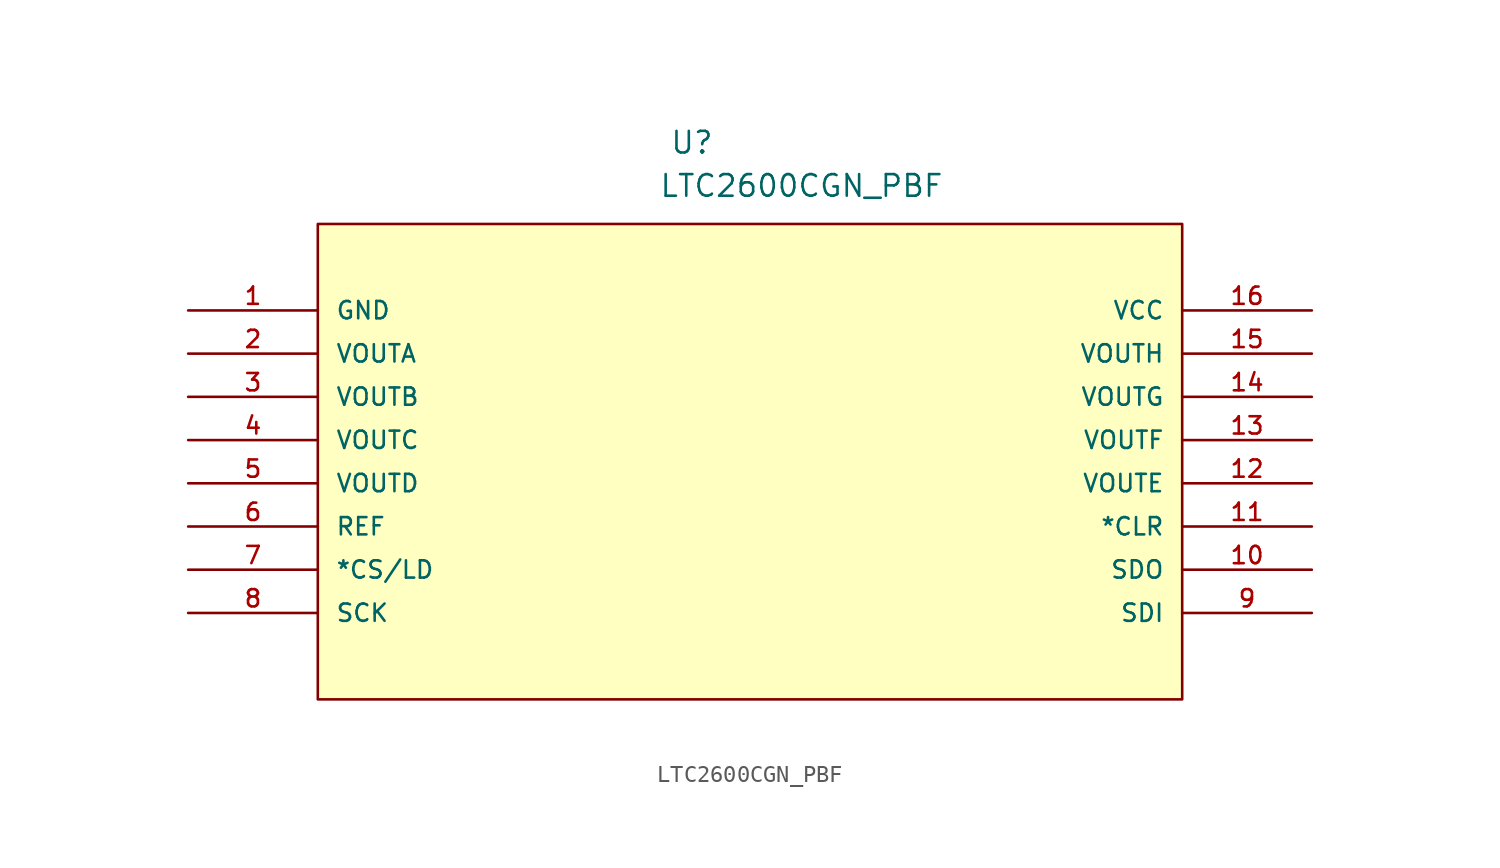
<source format=kicad_sym>
(kicad_symbol_lib
  (version 20211014)
  (generator kicad_symbol_editor)
  (symbol "LTC2600CGN_PBF"
    (pin_names
      (offset 1.016))
    (property "Reference" "U"
      (at 28.296 9.119 0.0)
      (effects (font (size 1.27 1.27)) (justify bottom left)))
    (property "Value" "LTC2600CGN_PBF"
      (at 27.661 6.579 0.0)
      (effects (font (size 1.27 1.27)) (justify bottom left)))
    (symbol "LTC2600CGN_PBF_0_0"
      (rectangle (start 7.62 -22.86) (end 58.42 5.08) (stroke (width 0.152)) (fill (type background)))
      (pin power_in line (at 0.0 0.0 0) (length 7.62) (name "GND" (effects (font (size 1.016 1.016)))) (number "1" (effects (font (size 1.016 1.016)))))
      (pin output line (at 0.0 -2.54 0) (length 7.62) (name "VOUTA" (effects (font (size 1.016 1.016)))) (number "2" (effects (font (size 1.016 1.016)))))
      (pin output line (at 0.0 -5.08 0) (length 7.62) (name "VOUTB" (effects (font (size 1.016 1.016)))) (number "3" (effects (font (size 1.016 1.016)))))
      (pin output line (at 0.0 -7.62 0) (length 7.62) (name "VOUTC" (effects (font (size 1.016 1.016)))) (number "4" (effects (font (size 1.016 1.016)))))
      (pin output line (at 0.0 -10.16 0) (length 7.62) (name "VOUTD" (effects (font (size 1.016 1.016)))) (number "5" (effects (font (size 1.016 1.016)))))
      (pin input line (at 0.0 -12.7 0) (length 7.62) (name "REF" (effects (font (size 1.016 1.016)))) (number "6" (effects (font (size 1.016 1.016)))))
      (pin input line (at 0.0 -15.24 0) (length 7.62) (name "*CS/LD" (effects (font (size 1.016 1.016)))) (number "7" (effects (font (size 1.016 1.016)))))
      (pin input line (at 0.0 -17.78 0) (length 7.62) (name "SCK" (effects (font (size 1.016 1.016)))) (number "8" (effects (font (size 1.016 1.016)))))
      (pin input line (at 66.04 -17.78 180.0) (length 7.62) (name "SDI" (effects (font (size 1.016 1.016)))) (number "9" (effects (font (size 1.016 1.016)))))
      (pin output line (at 66.04 -15.24 180.0) (length 7.62) (name "SDO" (effects (font (size 1.016 1.016)))) (number "10" (effects (font (size 1.016 1.016)))))
      (pin input line (at 66.04 -12.7 180.0) (length 7.62) (name "*CLR" (effects (font (size 1.016 1.016)))) (number "11" (effects (font (size 1.016 1.016)))))
      (pin output line (at 66.04 -10.16 180.0) (length 7.62) (name "VOUTE" (effects (font (size 1.016 1.016)))) (number "12" (effects (font (size 1.016 1.016)))))
      (pin output line (at 66.04 -7.62 180.0) (length 7.62) (name "VOUTF" (effects (font (size 1.016 1.016)))) (number "13" (effects (font (size 1.016 1.016)))))
      (pin output line (at 66.04 -5.08 180.0) (length 7.62) (name "VOUTG" (effects (font (size 1.016 1.016)))) (number "14" (effects (font (size 1.016 1.016)))))
      (pin output line (at 66.04 -2.54 180.0) (length 7.62) (name "VOUTH" (effects (font (size 1.016 1.016)))) (number "15" (effects (font (size 1.016 1.016)))))
      (pin power_in line (at 66.04 0.0 180.0) (length 7.62) (name "VCC" (effects (font (size 1.016 1.016)))) (number "16" (effects (font (size 1.016 1.016))))))))
</source>
